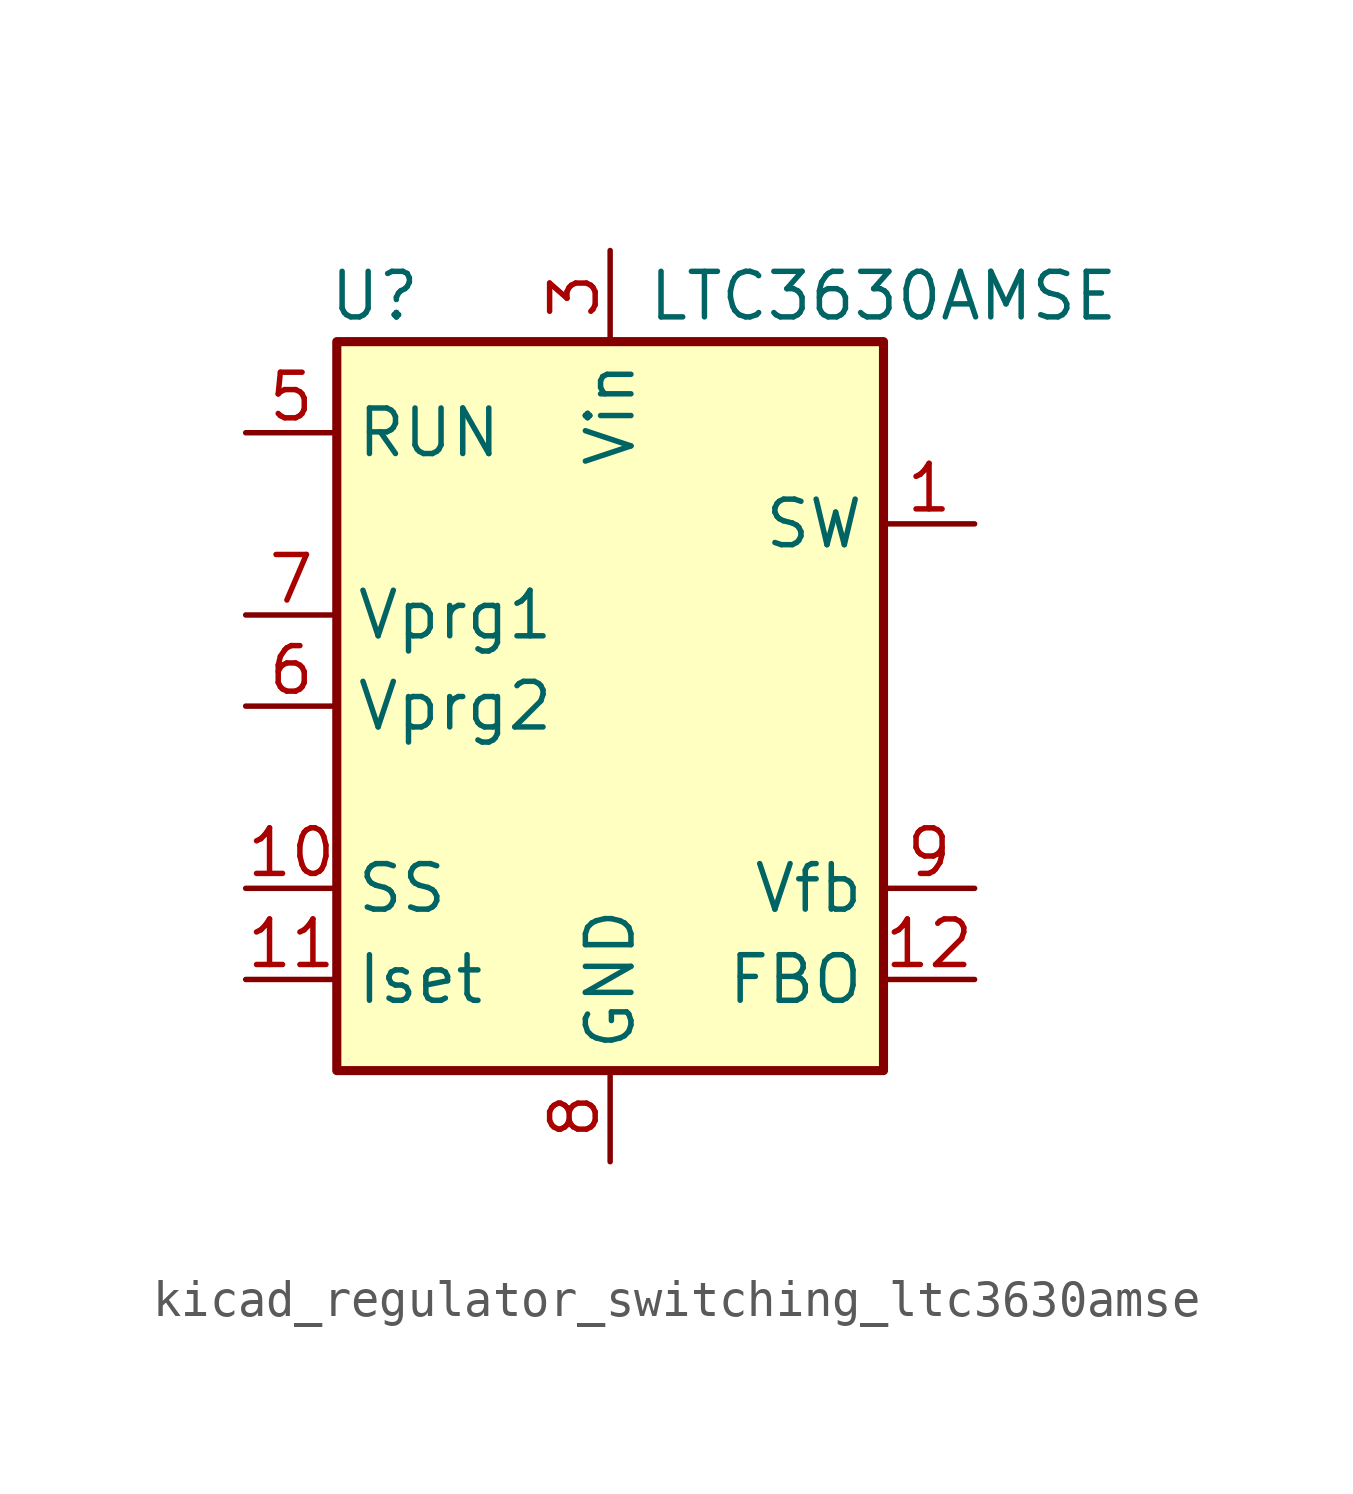
<source format=kicad_sym>
(kicad_symbol_lib
  (version 20220914)
  (generator kicad_symbol_editor)
  (symbol "kicad_regulator_switching_ltc3630amse"
    (property "Reference" "U"
      (at -7.874 11.43 0)
      (effects (font (size 1.27 1.27)) (justify left)))
    (property "Value" "LTC3630AMSE"
      (at 1.016 11.43 0)
      (effects (font (size 1.27 1.27)) (justify left)))
    (symbol "kicad_regulator_switching_ltc3630amse_0_1"
      (rectangle (start -7.62 10.16) (end 7.62 -10.16) (stroke (width 0.254) (type default)) (fill (type background))))
    (symbol "kicad_regulator_switching_ltc3630amse_1_1"
      (pin passive line (at 10.16 5.08 180) (length 2.54) (name "SW" (effects (font (size 1.27 1.27)))) (number "1" (effects (font (size 1.27 1.27)))))
      (pin passive line (at -10.16 -5.08 0) (length 2.54) (name "SS" (effects (font (size 1.27 1.27)))) (number "10" (effects (font (size 1.27 1.27)))))
      (pin passive line (at -10.16 -7.62 0) (length 2.54) (name "Iset" (effects (font (size 1.27 1.27)))) (number "11" (effects (font (size 1.27 1.27)))))
      (pin output line (at 10.16 -7.62 180) (length 2.54) (name "FBO" (effects (font (size 1.27 1.27)))) (number "12" (effects (font (size 1.27 1.27)))))
      (pin passive line (at 0 -12.7 90) (length 2.54) hide (name "GND" (effects (font (size 1.27 1.27)))) (number "14" (effects (font (size 1.27 1.27)))))
      (pin passive line (at 0 -12.7 90) (length 2.54) hide (name "GND" (effects (font (size 1.27 1.27)))) (number "16" (effects (font (size 1.27 1.27)))))
      (pin passive line (at 0 -12.7 90) (length 2.54) hide (name "GND" (effects (font (size 1.27 1.27)))) (number "17" (effects (font (size 1.27 1.27)))))
      (pin power_in line (at 0 12.7 270) (length 2.54) (name "Vin" (effects (font (size 1.27 1.27)))) (number "3" (effects (font (size 1.27 1.27)))))
      (pin input line (at -10.16 7.62 0) (length 2.54) (name "RUN" (effects (font (size 1.27 1.27)))) (number "5" (effects (font (size 1.27 1.27)))))
      (pin input line (at -10.16 0 0) (length 2.54) (name "Vprg2" (effects (font (size 1.27 1.27)))) (number "6" (effects (font (size 1.27 1.27)))))
      (pin input line (at -10.16 2.54 0) (length 2.54) (name "Vprg1" (effects (font (size 1.27 1.27)))) (number "7" (effects (font (size 1.27 1.27)))))
      (pin power_in line (at 0 -12.7 90) (length 2.54) (name "GND" (effects (font (size 1.27 1.27)))) (number "8" (effects (font (size 1.27 1.27)))))
      (pin input line (at 10.16 -5.08 180) (length 2.54) (name "Vfb" (effects (font (size 1.27 1.27)))) (number "9" (effects (font (size 1.27 1.27))))))))
</source>
